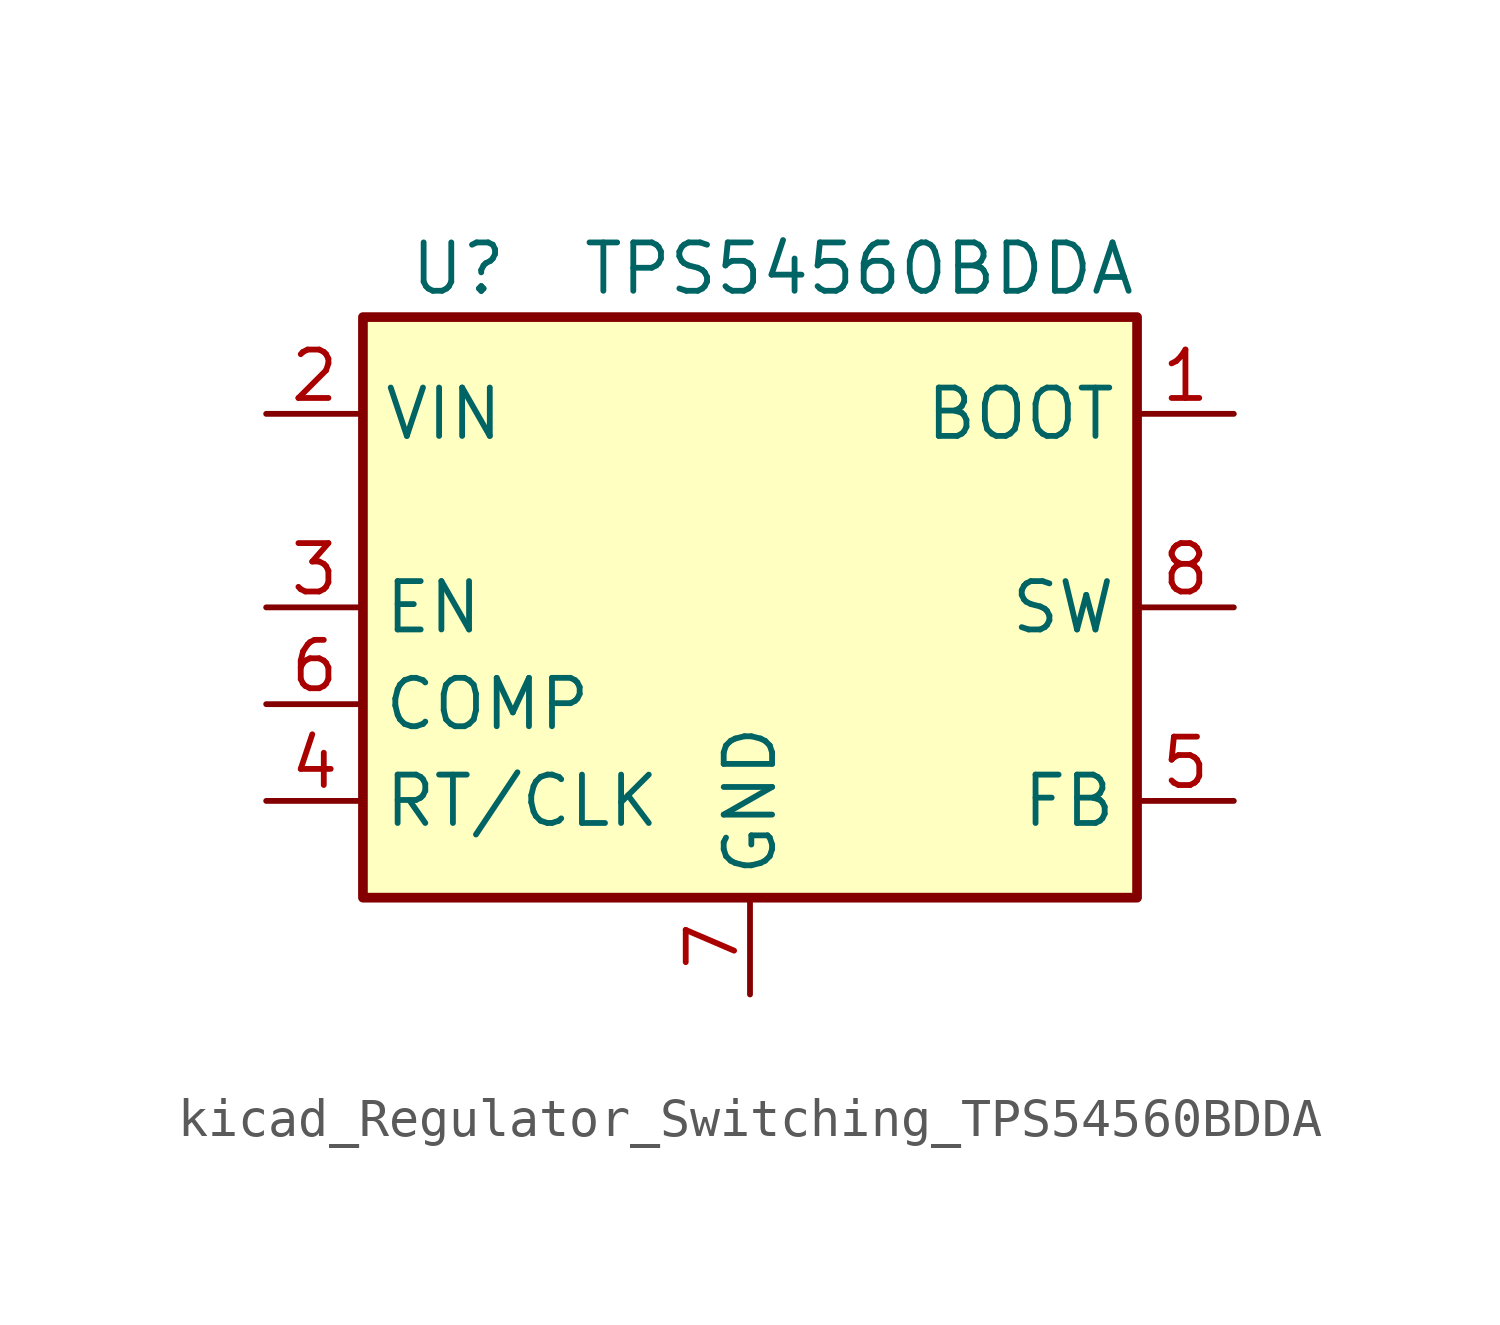
<source format=kicad_sym>
(kicad_symbol_lib
  (version 20220914)
  (generator kicad_symbol_editor)
  (symbol "kicad_Regulator_Switching_TPS54560BDDA"
    (property "Reference" "U"
      (at -6.35 8.89 0)
      (effects (font (size 1.27 1.27)) (justify right)))
    (property "Value" "TPS54560BDDA"
      (at 10.16 8.89 0)
      (effects (font (size 1.27 1.27)) (justify right)))
    (symbol "kicad_Regulator_Switching_TPS54560BDDA_0_1"
      (rectangle (start -10.16 7.62) (end 10.16 -7.62) (stroke (width 0.254) (type default)) (fill (type background))))
    (symbol "kicad_Regulator_Switching_TPS54560BDDA_1_1"
      (pin passive line (at 12.7 5.08 180) (length 2.54) (name "BOOT" (effects (font (size 1.27 1.27)))) (number "1" (effects (font (size 1.27 1.27)))))
      (pin power_in line (at -12.7 5.08 0) (length 2.54) (name "VIN" (effects (font (size 1.27 1.27)))) (number "2" (effects (font (size 1.27 1.27)))))
      (pin input line (at -12.7 0 0) (length 2.54) (name "EN" (effects (font (size 1.27 1.27)))) (number "3" (effects (font (size 1.27 1.27)))))
      (pin passive line (at -12.7 -5.08 0) (length 2.54) (name "RT/CLK" (effects (font (size 1.27 1.27)))) (number "4" (effects (font (size 1.27 1.27)))))
      (pin input line (at 12.7 -5.08 180) (length 2.54) (name "FB" (effects (font (size 1.27 1.27)))) (number "5" (effects (font (size 1.27 1.27)))))
      (pin output line (at -12.7 -2.54 0) (length 2.54) (name "COMP" (effects (font (size 1.27 1.27)))) (number "6" (effects (font (size 1.27 1.27)))))
      (pin power_in line (at 0 -10.16 90) (length 2.54) (name "GND" (effects (font (size 1.27 1.27)))) (number "7" (effects (font (size 1.27 1.27)))))
      (pin power_out line (at 12.7 0 180) (length 2.54) (name "SW" (effects (font (size 1.27 1.27)))) (number "8" (effects (font (size 1.27 1.27)))))
      (pin passive line (at 0 -10.16 90) (length 2.54) hide (name "GND" (effects (font (size 1.27 1.27)))) (number "9" (effects (font (size 1.27 1.27))))))))
</source>
